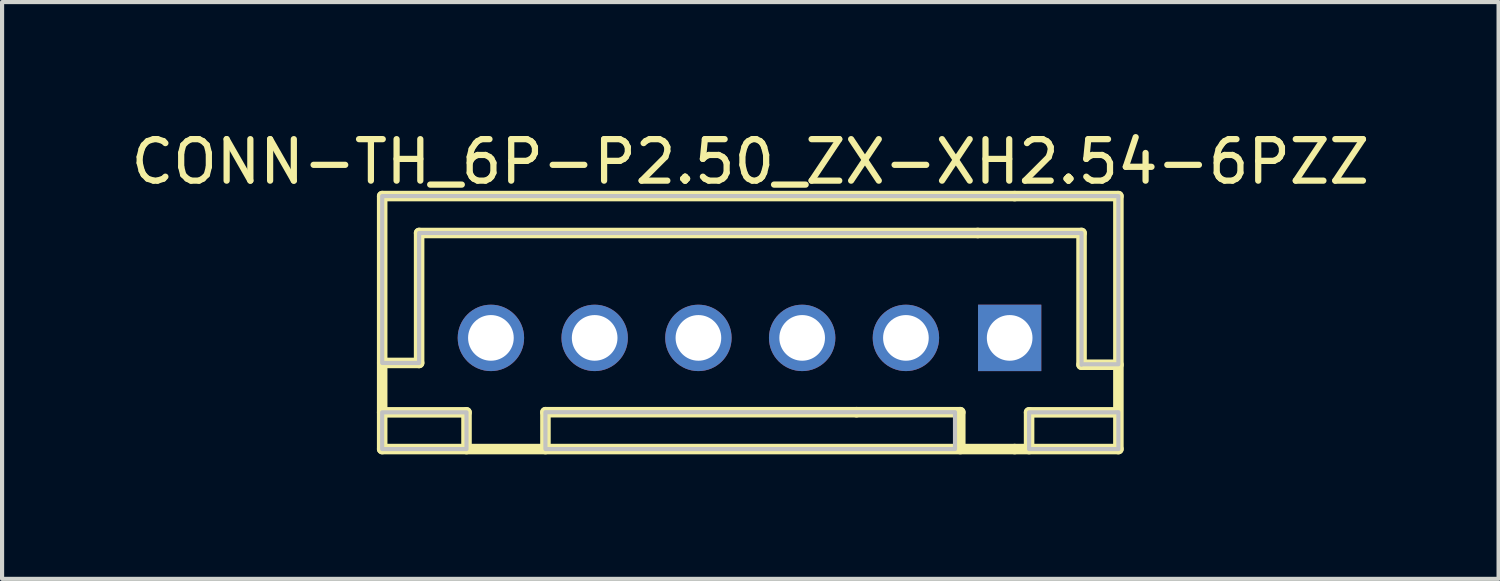
<source format=kicad_pcb>
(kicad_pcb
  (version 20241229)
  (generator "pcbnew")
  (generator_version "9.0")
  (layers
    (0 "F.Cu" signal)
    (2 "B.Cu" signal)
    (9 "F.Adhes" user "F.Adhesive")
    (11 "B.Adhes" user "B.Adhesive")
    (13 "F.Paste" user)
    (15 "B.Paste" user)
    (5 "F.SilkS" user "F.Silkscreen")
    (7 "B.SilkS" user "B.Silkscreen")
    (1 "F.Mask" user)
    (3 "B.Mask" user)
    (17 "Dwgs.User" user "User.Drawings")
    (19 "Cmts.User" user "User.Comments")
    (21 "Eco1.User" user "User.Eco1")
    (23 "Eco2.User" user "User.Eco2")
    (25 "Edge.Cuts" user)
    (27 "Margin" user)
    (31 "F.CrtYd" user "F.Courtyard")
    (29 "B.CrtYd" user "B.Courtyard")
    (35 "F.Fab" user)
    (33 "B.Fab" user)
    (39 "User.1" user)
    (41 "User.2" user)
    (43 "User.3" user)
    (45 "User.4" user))
  (footprint "CONN-TH_6P-P2.50_ZX-XH2.54-6PZZ"
    (layer "F.Cu")
    (at 15.029 5.092)
    (property "Reference" "CONN-TH_6P-P2.50_ZX-XH2.54-6PZZ" (at 0.001 -4.244 0) (layer "F.SilkS") (effects (font (size 1 1) (thickness 0.15))))
    (fp_line (start -8.87 -3.417) (end 6.37 -3.417) (stroke (width 0.254) (type default)) (layer "F.SilkS"))
    (fp_line (start -8.87 1.794) (end -6.838 1.794) (stroke (width 0.254) (type default)) (layer "F.SilkS"))
    (fp_line (start -8.87 2.679) (end -8.87 -3.417) (stroke (width 0.254) (type default)) (layer "F.SilkS"))
    (fp_line (start -8.869 0.604) (end -7.98 0.604) (stroke (width 0.254) (type default)) (layer "F.SilkS"))
    (fp_line (start -7.98 -2.528) (end 5.482 -2.528) (stroke (width 0.254) (type default)) (layer "F.SilkS"))
    (fp_line (start -7.98 0.604) (end -7.98 -2.528) (stroke (width 0.254) (type default)) (layer "F.SilkS"))
    (fp_line (start -6.838 1.794) (end -6.838 2.679) (stroke (width 0.254) (type default)) (layer "F.SilkS"))
    (fp_line (start -4.936 1.79) (end 2.56 1.79) (stroke (width 0.254) (type default)) (layer "F.SilkS"))
    (fp_line (start -4.936 2.679) (end -4.936 1.79) (stroke (width 0.254) (type default)) (layer "F.SilkS"))
    (fp_line (start 2.56 1.79) (end 5.06 1.79) (stroke (width 0.254) (type default)) (layer "F.SilkS"))
    (fp_line (start 5.06 1.79) (end 5.06 2.679) (stroke (width 0.254) (type default)) (layer "F.SilkS"))
    (fp_line (start 5.482 -2.528) (end 7.982 -2.528) (stroke (width 0.254) (type default)) (layer "F.SilkS"))
    (fp_line (start 6.37 -3.417) (end 8.87 -3.417) (stroke (width 0.254) (type default)) (layer "F.SilkS"))
    (fp_line (start 6.37 2.679) (end -8.87 2.679) (stroke (width 0.254) (type default)) (layer "F.SilkS"))
    (fp_line (start 6.37 2.679) (end 8.87 2.679) (stroke (width 0.254) (type default)) (layer "F.SilkS"))
    (fp_line (start 6.718 1.794) (end 6.718 2.679) (stroke (width 0.254) (type default)) (layer "F.SilkS"))
    (fp_line (start 7.982 -2.528) (end 7.982 0.647) (stroke (width 0.254) (type default)) (layer "F.SilkS"))
    (fp_line (start 7.982 0.647) (end 8.871 0.647) (stroke (width 0.254) (type default)) (layer "F.SilkS"))
    (fp_line (start 8.75 1.794) (end 6.718 1.794) (stroke (width 0.254) (type default)) (layer "F.SilkS"))
    (fp_line (start 8.87 -3.417) (end 8.87 2.679) (stroke (width 0.254) (type default)) (layer "F.SilkS"))
    (fp_poly (pts (xy -8.87 1.794) (xy -6.838 1.794) (xy -6.838 2.679) (xy -8.87 2.679)) (stroke (width 0.1) (type default)) (fill no) (layer "Dwgs.User"))
    (fp_poly (pts (xy -4.936 1.79) (xy -4.936 2.676) (xy -4.933 2.679) (xy 4.933 2.679) (xy 4.933 1.79)) (stroke (width 0.1) (type default)) (fill no) (layer "Dwgs.User"))
    (fp_poly (pts (xy 6.718 1.794) (xy 6.718 2.679) (xy 8.87 2.679) (xy 8.87 1.913) (xy 8.87 1.79) (xy 8.75 1.794)) (stroke (width 0.1) (type default)) (fill no) (layer "Dwgs.User"))
    (fp_poly (pts (xy 8.87 0.635) (xy 7.994 0.635) (xy 7.982 0.647) (xy 7.982 -2.528) (xy -7.98 -2.528) (xy -7.98 0.604) (xy -8.869 0.604) (xy -8.869 -3.416) (xy -8.87 -3.417) (xy 8.87 -3.417)) (stroke (width 0.1) (type default)) (fill no) (layer "Dwgs.User"))
    (fp_poly (pts (xy -6.57 -0.32) (xy -5.93 -0.32) (xy -5.93 0.32) (xy -6.57 0.32)) (stroke (width 0.1) (type default)) (fill no) (layer "User.1"))
    (fp_poly (pts (xy -4.07 -0.32) (xy -3.43 -0.32) (xy -3.43 0.32) (xy -4.07 0.32)) (stroke (width 0.1) (type default)) (fill no) (layer "User.1"))
    (fp_poly (pts (xy -1.57 -0.32) (xy -0.93 -0.32) (xy -0.93 0.32) (xy -1.57 0.32)) (stroke (width 0.1) (type default)) (fill no) (layer "User.1"))
    (fp_poly (pts (xy 0.93 -0.32) (xy 1.57 -0.32) (xy 1.57 0.32) (xy 0.93 0.32)) (stroke (width 0.1) (type default)) (fill no) (layer "User.1"))
    (fp_poly (pts (xy 3.43 -0.32) (xy 4.07 -0.32) (xy 4.07 0.32) (xy 3.43 0.32)) (stroke (width 0.1) (type default)) (fill no) (layer "User.1"))
    (fp_poly (pts (xy 5.93 -0.32) (xy 6.57 -0.32) (xy 6.57 0.32) (xy 5.93 0.32)) (stroke (width 0.1) (type default)) (fill no) (layer "User.1"))
    (fp_line (start -8.75 -3.35) (end 8.75 -3.35) (stroke (width 0.051) (type default)) (layer "User.2"))
    (fp_line (start -8.75 2.55) (end -8.75 -3.35) (stroke (width 0.051) (type default)) (layer "User.2"))
    (fp_line (start 8.75 -3.35) (end 8.75 2.55) (stroke (width 0.051) (type default)) (layer "User.2"))
    (fp_line (start 8.75 2.55) (end -8.75 2.55) (stroke (width 0.051) (type default)) (layer "User.2"))
    (fp_poly (pts (xy -8.69 2.55) (xy -8.708 2.508) (xy -8.75 2.49) (xy -8.792 2.508) (xy -8.81 2.55) (xy -8.792 2.592) (xy -8.75 2.61) (xy -8.708 2.592)) (stroke (width 0.1) (type default)) (fill no) (layer "User.3"))
    (pad "1" thru_hole rect (at 6.25 0) (size 1.524 1.6) (drill 1.1) (layers "*.Cu" "*.Mask"))
    (pad "2" thru_hole circle (at 3.75 0) (size 1.6 1.6) (drill 1.1) (layers "*.Cu" "*.Mask"))
    (pad "3" thru_hole circle (at 1.25 0) (size 1.6 1.6) (drill 1.1) (layers "*.Cu" "*.Mask"))
    (pad "4" thru_hole circle (at -1.25 0) (size 1.6 1.6) (drill 1.1) (layers "*.Cu" "*.Mask"))
    (pad "5" thru_hole circle (at -3.75 0) (size 1.6 1.6) (drill 1.1) (layers "*.Cu" "*.Mask"))
    (pad "6" thru_hole circle (at -6.25 0) (size 1.6 1.6) (drill 1.1) (layers "*.Cu" "*.Mask")))
  (gr_rect
    (start -3 -3)
    (end 33.06 10.898)
    (stroke (width 0.1) (type default))
    (fill no)
    (layer "Edge.Cuts")))
</source>
